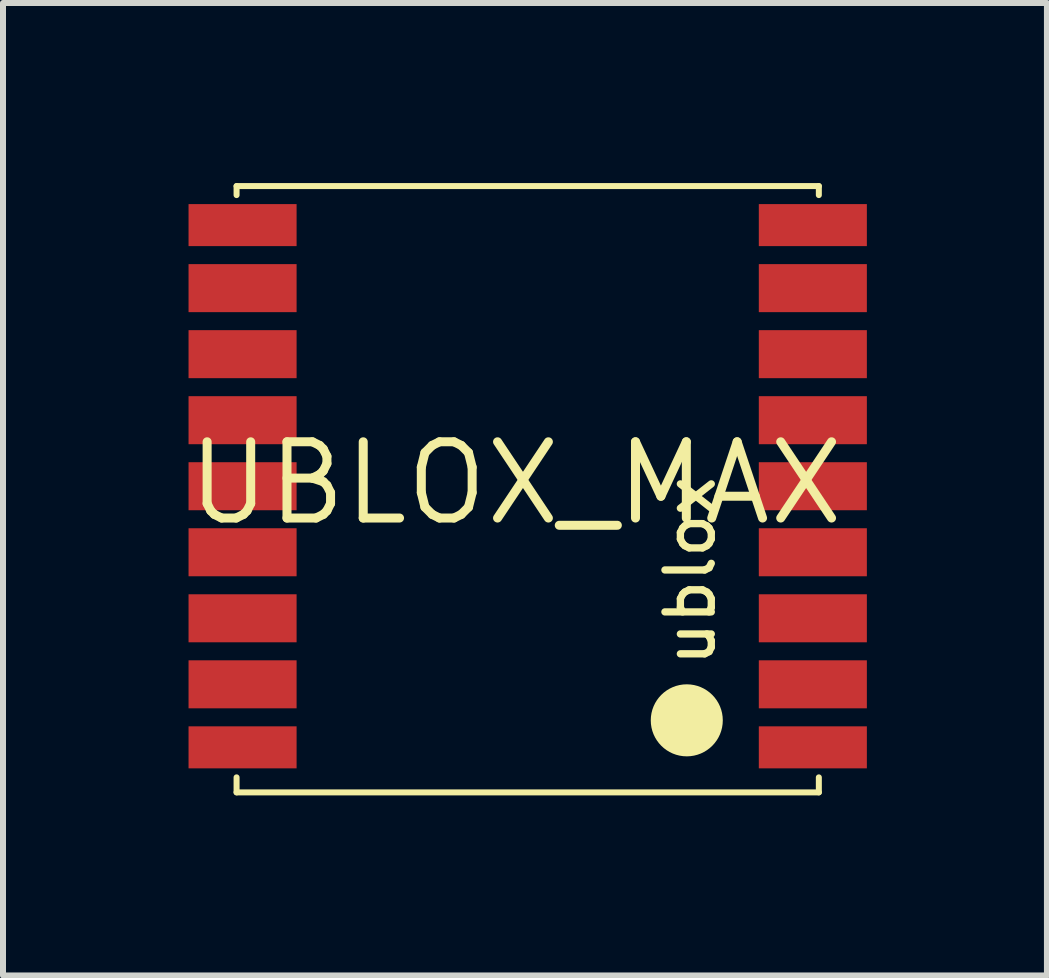
<source format=kicad_pcb>
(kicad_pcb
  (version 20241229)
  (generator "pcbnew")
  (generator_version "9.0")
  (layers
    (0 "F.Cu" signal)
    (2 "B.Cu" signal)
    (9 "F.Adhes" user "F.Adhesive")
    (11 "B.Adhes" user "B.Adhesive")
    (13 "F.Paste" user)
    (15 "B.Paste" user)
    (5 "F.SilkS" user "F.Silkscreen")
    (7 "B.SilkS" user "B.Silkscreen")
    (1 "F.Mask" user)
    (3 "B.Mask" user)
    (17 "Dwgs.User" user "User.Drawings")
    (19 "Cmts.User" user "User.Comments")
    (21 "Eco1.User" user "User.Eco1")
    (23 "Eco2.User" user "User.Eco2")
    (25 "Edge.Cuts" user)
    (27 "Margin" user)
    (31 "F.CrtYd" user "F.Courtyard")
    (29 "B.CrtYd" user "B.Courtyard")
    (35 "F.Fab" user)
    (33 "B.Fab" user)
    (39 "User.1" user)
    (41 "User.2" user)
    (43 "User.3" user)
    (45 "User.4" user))
  (footprint "UBLOX_MAX"
    (layer "F.Cu")
    (at 5.541 5)
    (property "Reference" "UBLOX_MAX" (at 0 0 0) (layer "F.SilkS") (effects (font (size 1.27 1.27) (thickness 0.15))))
    (attr through_hole)
    (fp_line (start -4.65 -4.95) (end -4.65 -4.8) (stroke (width 0.1) (type solid)) (layer "F.SilkS"))
    (fp_line (start -4.65 -4.95) (end 5.05 -4.95) (stroke (width 0.1) (type solid)) (layer "F.SilkS"))
    (fp_line (start -4.65 4.9) (end -4.65 5.15) (stroke (width 0.1) (type solid)) (layer "F.SilkS"))
    (fp_line (start -4.65 5.15) (end 5.05 5.15) (stroke (width 0.1) (type solid)) (layer "F.SilkS"))
    (fp_line (start 5.05 -4.95) (end 5.05 -4.8) (stroke (width 0.1) (type solid)) (layer "F.SilkS"))
    (fp_line (start 5.05 4.9) (end 5.05 5.15) (stroke (width 0.1) (type solid)) (layer "F.SilkS"))
    (fp_circle (center 2.85 3.95) (end 3.45 3.95) (stroke (width 0) (type solid)) (fill yes) (layer "F.SilkS"))
    (fp_text user "ublox" (at 3.359 3.106 90) (layer "F.SilkS") (effects (font (size 0.772 0.772) (thickness 0.122)) (justify left bottom)))
    (pad "1_GND" smd rect (at 4.95 4.4) (size 1.8 0.7) (layers "F.Cu" "F.Mask" "F.Paste"))
    (pad "2_TXD1" smd rect (at 4.95 3.35) (size 1.8 0.8) (layers "F.Cu" "F.Mask" "F.Paste"))
    (pad "3_RXD1" smd rect (at 4.95 2.25) (size 1.8 0.8) (layers "F.Cu" "F.Mask" "F.Paste"))
    (pad "4_TIMEPULSE" smd rect (at 4.95 1.15) (size 1.8 0.8) (layers "F.Cu" "F.Mask" "F.Paste"))
    (pad "5_EXTINT0" smd rect (at 4.95 0.05) (size 1.8 0.8) (layers "F.Cu" "F.Mask" "F.Paste"))
    (pad "6_V_BCKP" smd rect (at 4.95 -1.05) (size 1.8 0.8) (layers "F.Cu" "F.Mask" "F.Paste"))
    (pad "7_VCC_IO" smd rect (at 4.95 -2.15) (size 1.8 0.8) (layers "F.Cu" "F.Mask" "F.Paste"))
    (pad "8_VCC" smd rect (at 4.95 -3.25) (size 1.8 0.8) (layers "F.Cu" "F.Mask" "F.Paste"))
    (pad "9_V_RESET" smd rect (at 4.95 -4.3) (size 1.8 0.7) (layers "F.Cu" "F.Mask" "F.Paste"))
    (pad "10_GND" smd rect (at -4.55 -4.3) (size 1.8 0.7) (layers "F.Cu" "F.Mask" "F.Paste"))
    (pad "11_RF_IN" smd rect (at -4.55 -3.25) (size 1.8 0.8) (layers "F.Cu" "F.Mask" "F.Paste"))
    (pad "12_GND" smd rect (at -4.55 -2.15) (size 1.8 0.8) (layers "F.Cu" "F.Mask" "F.Paste"))
    (pad "13_ANTON" smd rect (at -4.55 -1.05) (size 1.8 0.8) (layers "F.Cu" "F.Mask" "F.Paste"))
    (pad "14_VCC_RF" smd rect (at -4.55 0.05) (size 1.8 0.8) (layers "F.Cu" "F.Mask" "F.Paste"))
    (pad "15_RESERVED" smd rect (at -4.55 1.15) (size 1.8 0.8) (layers "F.Cu" "F.Mask" "F.Paste"))
    (pad "16_SDA2" smd rect (at -4.55 2.25) (size 1.8 0.8) (layers "F.Cu" "F.Mask" "F.Paste"))
    (pad "17_SCL2" smd rect (at -4.55 3.35) (size 1.8 0.8) (layers "F.Cu" "F.Mask" "F.Paste"))
    (pad "18_RESERVED" smd rect (at -4.55 4.4) (size 1.8 0.7) (layers "F.Cu" "F.Mask" "F.Paste")))
  (gr_rect
    (start -3 -3)
    (end 14.391 13.2)
    (stroke (width 0.1) (type default))
    (fill no)
    (layer "Edge.Cuts")))
</source>
